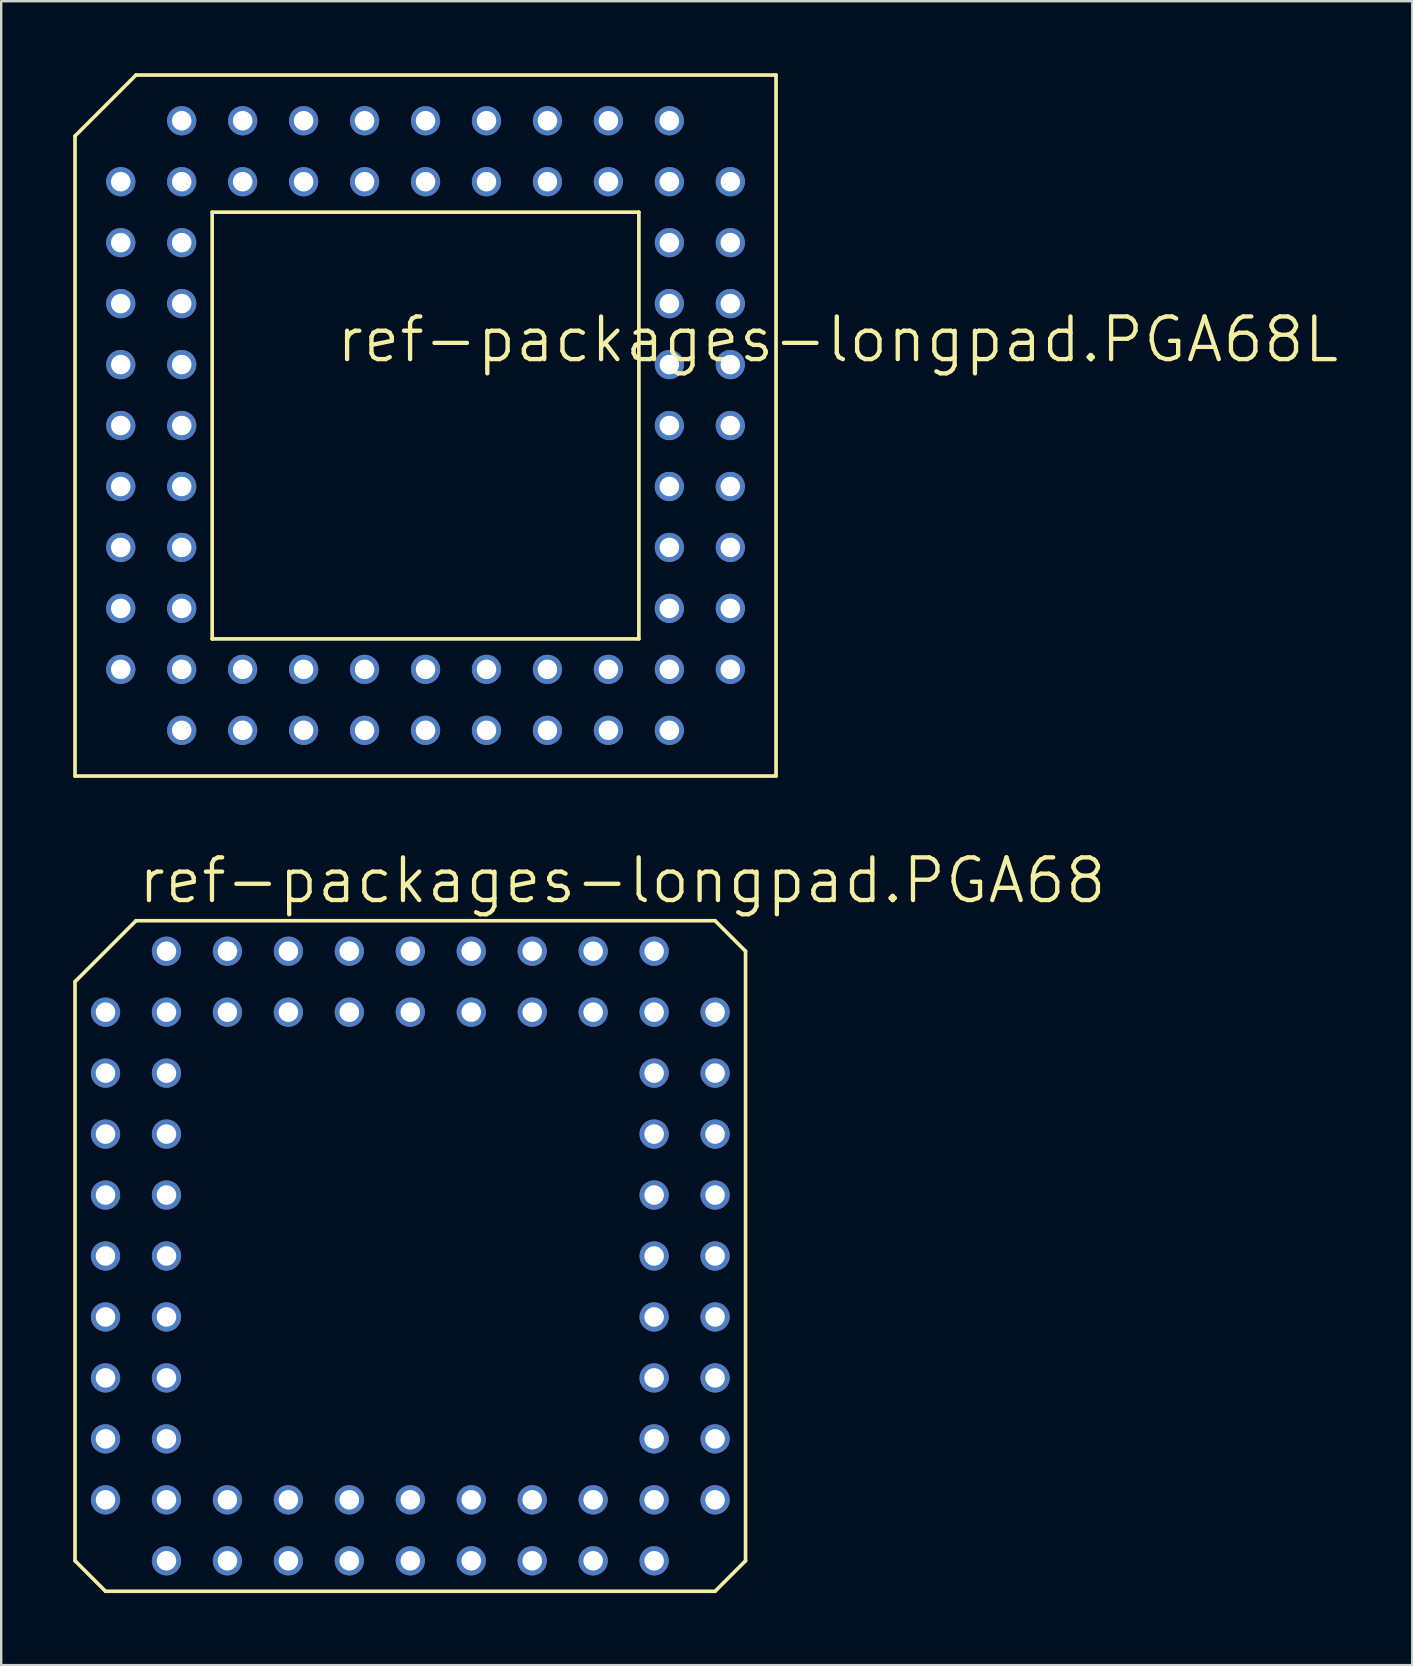
<source format=kicad_pcb>
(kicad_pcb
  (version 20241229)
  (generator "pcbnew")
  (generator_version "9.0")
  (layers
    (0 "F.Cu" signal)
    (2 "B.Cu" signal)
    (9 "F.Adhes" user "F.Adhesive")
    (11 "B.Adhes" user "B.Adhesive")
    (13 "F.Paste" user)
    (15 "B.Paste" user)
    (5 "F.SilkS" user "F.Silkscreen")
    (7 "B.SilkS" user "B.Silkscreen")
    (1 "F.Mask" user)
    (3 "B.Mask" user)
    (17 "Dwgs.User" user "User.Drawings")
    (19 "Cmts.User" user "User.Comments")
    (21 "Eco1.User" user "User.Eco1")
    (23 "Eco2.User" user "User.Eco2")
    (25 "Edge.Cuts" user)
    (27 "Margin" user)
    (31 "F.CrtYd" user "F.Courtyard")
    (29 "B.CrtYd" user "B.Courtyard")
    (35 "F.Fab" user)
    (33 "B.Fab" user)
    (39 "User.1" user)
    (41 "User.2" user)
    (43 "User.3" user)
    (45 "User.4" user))
  (footprint "ref-packages-longpad.PGA68L"
    (layer "F.Cu")
    (at 14.681 14.681)
    (property "Reference" "ref-packages-longpad.PGA68L" (at -3.81 -2.54 0) (layer "F.SilkS") (effects (font (size 1.778 1.778) (thickness 0.18)) (justify left bottom)))
    (attr through_hole)
    (fp_line (start -14.605 -12.065) (end -12.065 -14.605) (stroke (width 0.152) (type default)) (layer "F.SilkS"))
    (fp_line (start -14.605 14.605) (end -14.605 -12.065) (stroke (width 0.152) (type default)) (layer "F.SilkS"))
    (fp_line (start -12.065 -14.605) (end 14.605 -14.605) (stroke (width 0.152) (type default)) (layer "F.SilkS"))
    (fp_line (start -8.89 -8.89) (end -8.89 8.89) (stroke (width 0.152) (type default)) (layer "F.SilkS"))
    (fp_line (start -8.89 -8.89) (end 8.89 -8.89) (stroke (width 0.152) (type default)) (layer "F.SilkS"))
    (fp_line (start 8.89 8.89) (end -8.89 8.89) (stroke (width 0.152) (type default)) (layer "F.SilkS"))
    (fp_line (start 8.89 8.89) (end 8.89 -8.89) (stroke (width 0.152) (type default)) (layer "F.SilkS"))
    (fp_line (start 14.605 -14.605) (end 14.605 14.605) (stroke (width 0.152) (type default)) (layer "F.SilkS"))
    (fp_line (start 14.605 14.605) (end -14.605 14.605) (stroke (width 0.152) (type default)) (layer "F.SilkS"))
    (pad "A02" thru_hole circle (at -10.16 -12.7 90) (size 1.219 1.219) (drill 0.813) (layers "*.Cu" "*.Mask"))
    (pad "A03" thru_hole circle (at -7.62 -12.7 90) (size 1.219 1.219) (drill 0.813) (layers "*.Cu" "*.Mask"))
    (pad "A04" thru_hole circle (at -5.08 -12.7 90) (size 1.219 1.219) (drill 0.813) (layers "*.Cu" "*.Mask"))
    (pad "A05" thru_hole circle (at -2.54 -12.7 90) (size 1.219 1.219) (drill 0.813) (layers "*.Cu" "*.Mask"))
    (pad "A06" thru_hole circle (at 0 -12.7 90) (size 1.219 1.219) (drill 0.813) (layers "*.Cu" "*.Mask"))
    (pad "A07" thru_hole circle (at 2.54 -12.7 90) (size 1.219 1.219) (drill 0.813) (layers "*.Cu" "*.Mask"))
    (pad "A08" thru_hole circle (at 5.08 -12.7 90) (size 1.219 1.219) (drill 0.813) (layers "*.Cu" "*.Mask"))
    (pad "A09" thru_hole circle (at 7.62 -12.7 90) (size 1.219 1.219) (drill 0.813) (layers "*.Cu" "*.Mask"))
    (pad "A10" thru_hole circle (at 10.16 -12.7 90) (size 1.219 1.219) (drill 0.813) (layers "*.Cu" "*.Mask"))
    (pad "B01" thru_hole circle (at -12.7 -10.16 90) (size 1.219 1.219) (drill 0.813) (layers "*.Cu" "*.Mask"))
    (pad "B02" thru_hole circle (at -10.16 -10.16 90) (size 1.219 1.219) (drill 0.813) (layers "*.Cu" "*.Mask"))
    (pad "B03" thru_hole circle (at -7.62 -10.16 90) (size 1.219 1.219) (drill 0.813) (layers "*.Cu" "*.Mask"))
    (pad "B04" thru_hole circle (at -5.08 -10.16 90) (size 1.219 1.219) (drill 0.813) (layers "*.Cu" "*.Mask"))
    (pad "B05" thru_hole circle (at -2.54 -10.16 90) (size 1.219 1.219) (drill 0.813) (layers "*.Cu" "*.Mask"))
    (pad "B06" thru_hole circle (at 0 -10.16 90) (size 1.219 1.219) (drill 0.813) (layers "*.Cu" "*.Mask"))
    (pad "B07" thru_hole circle (at 2.54 -10.16 90) (size 1.219 1.219) (drill 0.813) (layers "*.Cu" "*.Mask"))
    (pad "B08" thru_hole circle (at 5.08 -10.16 90) (size 1.219 1.219) (drill 0.813) (layers "*.Cu" "*.Mask"))
    (pad "B09" thru_hole circle (at 7.62 -10.16 90) (size 1.219 1.219) (drill 0.813) (layers "*.Cu" "*.Mask"))
    (pad "B10" thru_hole circle (at 10.16 -10.16 90) (size 1.219 1.219) (drill 0.813) (layers "*.Cu" "*.Mask"))
    (pad "B11" thru_hole circle (at 12.7 -10.16 90) (size 1.219 1.219) (drill 0.813) (layers "*.Cu" "*.Mask"))
    (pad "C01" thru_hole circle (at -12.7 -7.62 90) (size 1.219 1.219) (drill 0.813) (layers "*.Cu" "*.Mask"))
    (pad "C02" thru_hole circle (at -10.16 -7.62 90) (size 1.219 1.219) (drill 0.813) (layers "*.Cu" "*.Mask"))
    (pad "C10" thru_hole circle (at 10.16 -7.62 90) (size 1.219 1.219) (drill 0.813) (layers "*.Cu" "*.Mask"))
    (pad "C11" thru_hole circle (at 12.7 -7.62 90) (size 1.219 1.219) (drill 0.813) (layers "*.Cu" "*.Mask"))
    (pad "D01" thru_hole circle (at -12.7 -5.08 90) (size 1.219 1.219) (drill 0.813) (layers "*.Cu" "*.Mask"))
    (pad "D02" thru_hole circle (at -10.16 -5.08 90) (size 1.219 1.219) (drill 0.813) (layers "*.Cu" "*.Mask"))
    (pad "D10" thru_hole circle (at 10.16 -5.08 90) (size 1.219 1.219) (drill 0.813) (layers "*.Cu" "*.Mask"))
    (pad "D11" thru_hole circle (at 12.7 -5.08 90) (size 1.219 1.219) (drill 0.813) (layers "*.Cu" "*.Mask"))
    (pad "E01" thru_hole circle (at -12.7 -2.54 90) (size 1.219 1.219) (drill 0.813) (layers "*.Cu" "*.Mask"))
    (pad "E02" thru_hole circle (at -10.16 -2.54 90) (size 1.219 1.219) (drill 0.813) (layers "*.Cu" "*.Mask"))
    (pad "E10" thru_hole circle (at 10.16 -2.54 90) (size 1.219 1.219) (drill 0.813) (layers "*.Cu" "*.Mask"))
    (pad "E11" thru_hole circle (at 12.7 -2.54 90) (size 1.219 1.219) (drill 0.813) (layers "*.Cu" "*.Mask"))
    (pad "F01" thru_hole circle (at -12.7 0 90) (size 1.219 1.219) (drill 0.813) (layers "*.Cu" "*.Mask"))
    (pad "F02" thru_hole circle (at -10.16 0 90) (size 1.219 1.219) (drill 0.813) (layers "*.Cu" "*.Mask"))
    (pad "F10" thru_hole circle (at 10.16 0 90) (size 1.219 1.219) (drill 0.813) (layers "*.Cu" "*.Mask"))
    (pad "F11" thru_hole circle (at 12.7 0 90) (size 1.219 1.219) (drill 0.813) (layers "*.Cu" "*.Mask"))
    (pad "G01" thru_hole circle (at -12.7 2.54 90) (size 1.219 1.219) (drill 0.813) (layers "*.Cu" "*.Mask"))
    (pad "G02" thru_hole circle (at -10.16 2.54 90) (size 1.219 1.219) (drill 0.813) (layers "*.Cu" "*.Mask"))
    (pad "G10" thru_hole circle (at 10.16 2.54 90) (size 1.219 1.219) (drill 0.813) (layers "*.Cu" "*.Mask"))
    (pad "G11" thru_hole circle (at 12.7 2.54 90) (size 1.219 1.219) (drill 0.813) (layers "*.Cu" "*.Mask"))
    (pad "H01" thru_hole circle (at -12.7 5.08 90) (size 1.219 1.219) (drill 0.813) (layers "*.Cu" "*.Mask"))
    (pad "H02" thru_hole circle (at -10.16 5.08 90) (size 1.219 1.219) (drill 0.813) (layers "*.Cu" "*.Mask"))
    (pad "H10" thru_hole circle (at 10.16 5.08 90) (size 1.219 1.219) (drill 0.813) (layers "*.Cu" "*.Mask"))
    (pad "H11" thru_hole circle (at 12.7 5.08 90) (size 1.219 1.219) (drill 0.813) (layers "*.Cu" "*.Mask"))
    (pad "J01" thru_hole circle (at -12.7 7.62 90) (size 1.219 1.219) (drill 0.813) (layers "*.Cu" "*.Mask"))
    (pad "J02" thru_hole circle (at -10.16 7.62 90) (size 1.219 1.219) (drill 0.813) (layers "*.Cu" "*.Mask"))
    (pad "J10" thru_hole circle (at 10.16 7.62 90) (size 1.219 1.219) (drill 0.813) (layers "*.Cu" "*.Mask"))
    (pad "J11" thru_hole circle (at 12.7 7.62 90) (size 1.219 1.219) (drill 0.813) (layers "*.Cu" "*.Mask"))
    (pad "K01" thru_hole circle (at -12.7 10.16 90) (size 1.219 1.219) (drill 0.813) (layers "*.Cu" "*.Mask"))
    (pad "K02" thru_hole circle (at -10.16 10.16 90) (size 1.219 1.219) (drill 0.813) (layers "*.Cu" "*.Mask"))
    (pad "K03" thru_hole circle (at -7.62 10.16 90) (size 1.219 1.219) (drill 0.813) (layers "*.Cu" "*.Mask"))
    (pad "K04" thru_hole circle (at -5.08 10.16 90) (size 1.219 1.219) (drill 0.813) (layers "*.Cu" "*.Mask"))
    (pad "K05" thru_hole circle (at -2.54 10.16 90) (size 1.219 1.219) (drill 0.813) (layers "*.Cu" "*.Mask"))
    (pad "K06" thru_hole circle (at 0 10.16 90) (size 1.219 1.219) (drill 0.813) (layers "*.Cu" "*.Mask"))
    (pad "K07" thru_hole circle (at 2.54 10.16 90) (size 1.219 1.219) (drill 0.813) (layers "*.Cu" "*.Mask"))
    (pad "K08" thru_hole circle (at 5.08 10.16 90) (size 1.219 1.219) (drill 0.813) (layers "*.Cu" "*.Mask"))
    (pad "K09" thru_hole circle (at 7.62 10.16 90) (size 1.219 1.219) (drill 0.813) (layers "*.Cu" "*.Mask"))
    (pad "K10" thru_hole circle (at 10.16 10.16 90) (size 1.219 1.219) (drill 0.813) (layers "*.Cu" "*.Mask"))
    (pad "K11" thru_hole circle (at 12.7 10.16 90) (size 1.219 1.219) (drill 0.813) (layers "*.Cu" "*.Mask"))
    (pad "L02" thru_hole circle (at -10.16 12.7 90) (size 1.219 1.219) (drill 0.813) (layers "*.Cu" "*.Mask"))
    (pad "L03" thru_hole circle (at -7.62 12.7 90) (size 1.219 1.219) (drill 0.813) (layers "*.Cu" "*.Mask"))
    (pad "L04" thru_hole circle (at -5.08 12.7 90) (size 1.219 1.219) (drill 0.813) (layers "*.Cu" "*.Mask"))
    (pad "L05" thru_hole circle (at -2.54 12.7 90) (size 1.219 1.219) (drill 0.813) (layers "*.Cu" "*.Mask"))
    (pad "L06" thru_hole circle (at 0 12.7 90) (size 1.219 1.219) (drill 0.813) (layers "*.Cu" "*.Mask"))
    (pad "L07" thru_hole circle (at 2.54 12.7 90) (size 1.219 1.219) (drill 0.813) (layers "*.Cu" "*.Mask"))
    (pad "L08" thru_hole circle (at 5.08 12.7 90) (size 1.219 1.219) (drill 0.813) (layers "*.Cu" "*.Mask"))
    (pad "L09" thru_hole circle (at 7.62 12.7 90) (size 1.219 1.219) (drill 0.813) (layers "*.Cu" "*.Mask"))
    (pad "L10" thru_hole circle (at 10.16 12.7 90) (size 1.219 1.219) (drill 0.813) (layers "*.Cu" "*.Mask")))
  (footprint "ref-packages-longpad.PGA68"
    (layer "F.Cu")
    (at 14.046 49.285)
    (property "Reference" "ref-packages-longpad.PGA68" (at -11.43 -14.605 0) (layer "F.SilkS") (effects (font (size 1.778 1.778) (thickness 0.18)) (justify left bottom)))
    (attr through_hole)
    (fp_line (start -13.97 -11.43) (end -11.43 -13.97) (stroke (width 0.152) (type default)) (layer "F.SilkS"))
    (fp_line (start -13.97 12.7) (end -13.97 -11.43) (stroke (width 0.152) (type default)) (layer "F.SilkS"))
    (fp_line (start -12.7 13.97) (end -13.97 12.7) (stroke (width 0.152) (type default)) (layer "F.SilkS"))
    (fp_line (start -11.43 -13.97) (end 12.7 -13.97) (stroke (width 0.152) (type default)) (layer "F.SilkS"))
    (fp_line (start 12.7 -13.97) (end 13.97 -12.7) (stroke (width 0.152) (type default)) (layer "F.SilkS"))
    (fp_line (start 12.7 13.97) (end -12.7 13.97) (stroke (width 0.152) (type default)) (layer "F.SilkS"))
    (fp_line (start 13.97 -12.7) (end 13.97 12.7) (stroke (width 0.152) (type default)) (layer "F.SilkS"))
    (fp_line (start 13.97 12.7) (end 12.7 13.97) (stroke (width 0.152) (type default)) (layer "F.SilkS"))
    (pad "1" thru_hole circle (at -12.7 -10.16) (size 1.219 1.219) (drill 0.813) (layers "*.Cu" "*.Mask"))
    (pad "2" thru_hole circle (at -10.16 -10.16) (size 1.219 1.219) (drill 0.813) (layers "*.Cu" "*.Mask"))
    (pad "3" thru_hole circle (at -12.7 -7.62) (size 1.219 1.219) (drill 0.813) (layers "*.Cu" "*.Mask"))
    (pad "4" thru_hole circle (at -10.16 -7.62) (size 1.219 1.219) (drill 0.813) (layers "*.Cu" "*.Mask"))
    (pad "5" thru_hole circle (at -12.7 -5.08) (size 1.219 1.219) (drill 0.813) (layers "*.Cu" "*.Mask"))
    (pad "6" thru_hole circle (at -10.16 -5.08) (size 1.219 1.219) (drill 0.813) (layers "*.Cu" "*.Mask"))
    (pad "7" thru_hole circle (at -12.7 -2.54) (size 1.219 1.219) (drill 0.813) (layers "*.Cu" "*.Mask"))
    (pad "8" thru_hole circle (at -10.16 -2.54) (size 1.219 1.219) (drill 0.813) (layers "*.Cu" "*.Mask"))
    (pad "9" thru_hole circle (at -12.7 0) (size 1.219 1.219) (drill 0.813) (layers "*.Cu" "*.Mask"))
    (pad "10" thru_hole circle (at -10.16 0) (size 1.219 1.219) (drill 0.813) (layers "*.Cu" "*.Mask"))
    (pad "11" thru_hole circle (at -12.7 2.54) (size 1.219 1.219) (drill 0.813) (layers "*.Cu" "*.Mask"))
    (pad "12" thru_hole circle (at -10.16 2.54) (size 1.219 1.219) (drill 0.813) (layers "*.Cu" "*.Mask"))
    (pad "13" thru_hole circle (at -12.7 5.08) (size 1.219 1.219) (drill 0.813) (layers "*.Cu" "*.Mask"))
    (pad "14" thru_hole circle (at -10.16 5.08) (size 1.219 1.219) (drill 0.813) (layers "*.Cu" "*.Mask"))
    (pad "15" thru_hole circle (at -12.7 7.62) (size 1.219 1.219) (drill 0.813) (layers "*.Cu" "*.Mask"))
    (pad "16" thru_hole circle (at -10.16 7.62) (size 1.219 1.219) (drill 0.813) (layers "*.Cu" "*.Mask"))
    (pad "17" thru_hole circle (at -12.7 10.16) (size 1.219 1.219) (drill 0.813) (layers "*.Cu" "*.Mask"))
    (pad "18" thru_hole circle (at -10.16 12.7) (size 1.219 1.219) (drill 0.813) (layers "*.Cu" "*.Mask"))
    (pad "19" thru_hole circle (at -10.16 10.16) (size 1.219 1.219) (drill 0.813) (layers "*.Cu" "*.Mask"))
    (pad "20" thru_hole circle (at -7.62 12.7) (size 1.219 1.219) (drill 0.813) (layers "*.Cu" "*.Mask"))
    (pad "21" thru_hole circle (at -7.62 10.16) (size 1.219 1.219) (drill 0.813) (layers "*.Cu" "*.Mask"))
    (pad "22" thru_hole circle (at -5.08 12.7) (size 1.219 1.219) (drill 0.813) (layers "*.Cu" "*.Mask"))
    (pad "23" thru_hole circle (at -5.08 10.16) (size 1.219 1.219) (drill 0.813) (layers "*.Cu" "*.Mask"))
    (pad "24" thru_hole circle (at -2.54 12.7) (size 1.219 1.219) (drill 0.813) (layers "*.Cu" "*.Mask"))
    (pad "25" thru_hole circle (at -2.54 10.16) (size 1.219 1.219) (drill 0.813) (layers "*.Cu" "*.Mask"))
    (pad "26" thru_hole circle (at 0 12.7) (size 1.219 1.219) (drill 0.813) (layers "*.Cu" "*.Mask"))
    (pad "27" thru_hole circle (at 0 10.16) (size 1.219 1.219) (drill 0.813) (layers "*.Cu" "*.Mask"))
    (pad "28" thru_hole circle (at 2.54 12.7) (size 1.219 1.219) (drill 0.813) (layers "*.Cu" "*.Mask"))
    (pad "29" thru_hole circle (at 2.54 10.16) (size 1.219 1.219) (drill 0.813) (layers "*.Cu" "*.Mask"))
    (pad "30" thru_hole circle (at 5.08 12.7) (size 1.219 1.219) (drill 0.813) (layers "*.Cu" "*.Mask"))
    (pad "31" thru_hole circle (at 5.08 10.16) (size 1.219 1.219) (drill 0.813) (layers "*.Cu" "*.Mask"))
    (pad "32" thru_hole circle (at 7.62 12.7) (size 1.219 1.219) (drill 0.813) (layers "*.Cu" "*.Mask"))
    (pad "33" thru_hole circle (at 7.62 10.16) (size 1.219 1.219) (drill 0.813) (layers "*.Cu" "*.Mask"))
    (pad "34" thru_hole circle (at 10.16 12.7) (size 1.219 1.219) (drill 0.813) (layers "*.Cu" "*.Mask"))
    (pad "35" thru_hole circle (at 12.7 10.16) (size 1.219 1.219) (drill 0.813) (layers "*.Cu" "*.Mask"))
    (pad "36" thru_hole circle (at 10.16 10.16) (size 1.219 1.219) (drill 0.813) (layers "*.Cu" "*.Mask"))
    (pad "37" thru_hole circle (at 12.7 7.62) (size 1.219 1.219) (drill 0.813) (layers "*.Cu" "*.Mask"))
    (pad "38" thru_hole circle (at 10.16 7.62) (size 1.219 1.219) (drill 0.813) (layers "*.Cu" "*.Mask"))
    (pad "39" thru_hole circle (at 12.7 5.08) (size 1.219 1.219) (drill 0.813) (layers "*.Cu" "*.Mask"))
    (pad "40" thru_hole circle (at 10.16 5.08) (size 1.219 1.219) (drill 0.813) (layers "*.Cu" "*.Mask"))
    (pad "41" thru_hole circle (at 12.7 2.54) (size 1.219 1.219) (drill 0.813) (layers "*.Cu" "*.Mask"))
    (pad "42" thru_hole circle (at 10.16 2.54) (size 1.219 1.219) (drill 0.813) (layers "*.Cu" "*.Mask"))
    (pad "43" thru_hole circle (at 12.7 0) (size 1.219 1.219) (drill 0.813) (layers "*.Cu" "*.Mask"))
    (pad "44" thru_hole circle (at 10.16 0) (size 1.219 1.219) (drill 0.813) (layers "*.Cu" "*.Mask"))
    (pad "45" thru_hole circle (at 12.7 -2.54) (size 1.219 1.219) (drill 0.813) (layers "*.Cu" "*.Mask"))
    (pad "46" thru_hole circle (at 10.16 -2.54) (size 1.219 1.219) (drill 0.813) (layers "*.Cu" "*.Mask"))
    (pad "47" thru_hole circle (at 12.7 -5.08) (size 1.219 1.219) (drill 0.813) (layers "*.Cu" "*.Mask"))
    (pad "48" thru_hole circle (at 10.16 -5.08) (size 1.219 1.219) (drill 0.813) (layers "*.Cu" "*.Mask"))
    (pad "49" thru_hole circle (at 12.7 -7.62) (size 1.219 1.219) (drill 0.813) (layers "*.Cu" "*.Mask"))
    (pad "50" thru_hole circle (at 10.16 -7.62) (size 1.219 1.219) (drill 0.813) (layers "*.Cu" "*.Mask"))
    (pad "51" thru_hole circle (at 12.7 -10.16) (size 1.219 1.219) (drill 0.813) (layers "*.Cu" "*.Mask"))
    (pad "52" thru_hole circle (at 10.16 -12.7) (size 1.219 1.219) (drill 0.813) (layers "*.Cu" "*.Mask"))
    (pad "53" thru_hole circle (at 10.16 -10.16) (size 1.219 1.219) (drill 0.813) (layers "*.Cu" "*.Mask"))
    (pad "54" thru_hole circle (at 7.62 -12.7) (size 1.219 1.219) (drill 0.813) (layers "*.Cu" "*.Mask"))
    (pad "55" thru_hole circle (at 7.62 -10.16) (size 1.219 1.219) (drill 0.813) (layers "*.Cu" "*.Mask"))
    (pad "56" thru_hole circle (at 5.08 -12.7) (size 1.219 1.219) (drill 0.813) (layers "*.Cu" "*.Mask"))
    (pad "57" thru_hole circle (at 5.08 -10.16) (size 1.219 1.219) (drill 0.813) (layers "*.Cu" "*.Mask"))
    (pad "58" thru_hole circle (at 2.54 -12.7) (size 1.219 1.219) (drill 0.813) (layers "*.Cu" "*.Mask"))
    (pad "59" thru_hole circle (at 2.54 -10.16) (size 1.219 1.219) (drill 0.813) (layers "*.Cu" "*.Mask"))
    (pad "60" thru_hole circle (at 0 -12.7) (size 1.219 1.219) (drill 0.813) (layers "*.Cu" "*.Mask"))
    (pad "61" thru_hole circle (at 0 -10.16) (size 1.219 1.219) (drill 0.813) (layers "*.Cu" "*.Mask"))
    (pad "62" thru_hole circle (at -2.54 -12.7) (size 1.219 1.219) (drill 0.813) (layers "*.Cu" "*.Mask"))
    (pad "63" thru_hole circle (at -2.54 -10.16) (size 1.219 1.219) (drill 0.813) (layers "*.Cu" "*.Mask"))
    (pad "64" thru_hole circle (at -5.08 -12.7) (size 1.219 1.219) (drill 0.813) (layers "*.Cu" "*.Mask"))
    (pad "65" thru_hole circle (at -5.08 -10.16) (size 1.219 1.219) (drill 0.813) (layers "*.Cu" "*.Mask"))
    (pad "66" thru_hole circle (at -7.62 -12.7) (size 1.219 1.219) (drill 0.813) (layers "*.Cu" "*.Mask"))
    (pad "67" thru_hole circle (at -7.62 -10.16) (size 1.219 1.219) (drill 0.813) (layers "*.Cu" "*.Mask"))
    (pad "68" thru_hole circle (at -10.16 -12.7) (size 1.219 1.219) (drill 0.813) (layers "*.Cu" "*.Mask")))
  (gr_rect
    (start -3 -3)
    (end 55.796 66.332)
    (stroke (width 0.1) (type default))
    (fill no)
    (layer "Edge.Cuts")))
</source>
